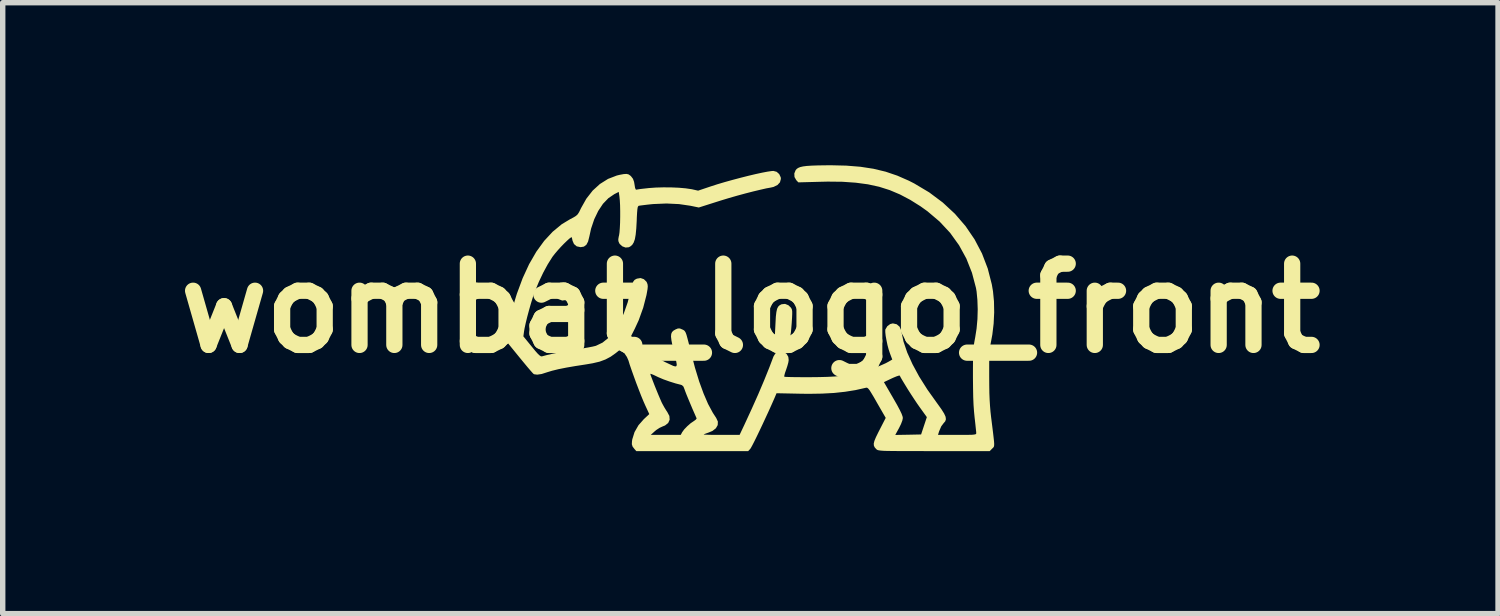
<source format=kicad_pcb>
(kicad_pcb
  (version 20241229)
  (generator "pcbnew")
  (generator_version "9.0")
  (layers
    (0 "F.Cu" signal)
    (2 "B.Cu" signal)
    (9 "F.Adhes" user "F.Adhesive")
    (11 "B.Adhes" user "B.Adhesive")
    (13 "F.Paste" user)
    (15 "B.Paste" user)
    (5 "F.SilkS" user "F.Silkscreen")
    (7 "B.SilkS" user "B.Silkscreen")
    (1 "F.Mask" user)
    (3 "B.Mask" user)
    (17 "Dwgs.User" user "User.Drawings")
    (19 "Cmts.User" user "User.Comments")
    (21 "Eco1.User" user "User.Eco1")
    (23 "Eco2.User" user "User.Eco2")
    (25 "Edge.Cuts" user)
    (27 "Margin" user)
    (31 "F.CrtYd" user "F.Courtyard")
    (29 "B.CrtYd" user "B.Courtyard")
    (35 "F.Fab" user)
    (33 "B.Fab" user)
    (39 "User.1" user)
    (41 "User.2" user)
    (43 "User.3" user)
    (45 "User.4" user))
  (footprint "wombat_logo_front"
    (layer "F.Cu")
    (at 10.8 2.638)
    (property "Reference" "wombat_logo_front" (at 0 0 0) (layer "F.SilkS") (effects (font (size 1.5 1.5) (thickness 0.3))))
    (attr board_only exclude_from_pos_files exclude_from_bom)
    (fp_poly (pts (xy -3.403 -0.47) (xy -3.365 -0.452) (xy -3.335 -0.421) (xy -3.296 -0.352) (xy -3.291 -0.283) (xy -3.32 -0.216) (xy -3.341 -0.192) (xy -3.404 -0.15) (xy -3.473 -0.141) (xy -3.542 -0.167) (xy -3.569 -0.186) (xy -3.605 -0.223) (xy -3.621 -0.262) (xy -3.624 -0.31) (xy -3.611 -0.388) (xy -3.573 -0.442) (xy -3.51 -0.47) (xy -3.459 -0.475)) (stroke (width 0) (type solid)) (fill yes) (layer "F.SilkS"))
    (fp_poly (pts (xy 0.702 -0.054) (xy 0.745 -0.013) (xy 0.759 0.008) (xy 0.768 0.031) (xy 0.772 0.062) (xy 0.772 0.109) (xy 0.769 0.178) (xy 0.763 0.274) (xy 0.755 0.371) (xy 0.749 0.439) (xy 0.742 0.485) (xy 0.732 0.515) (xy 0.719 0.536) (xy 0.7 0.554) (xy 0.697 0.556) (xy 0.634 0.592) (xy 0.569 0.594) (xy 0.508 0.562) (xy 0.498 0.552) (xy 0.452 0.506) (xy 0.464 0.268) (xy 0.47 0.154) (xy 0.48 0.071) (xy 0.493 0.012) (xy 0.513 -0.028) (xy 0.54 -0.054) (xy 0.575 -0.072) (xy 0.64 -0.079)) (stroke (width 0) (type solid)) (fill yes) (layer "F.SilkS"))
    (fp_poly (pts (xy 1.769 -2.631) (xy 2.031 -2.61) (xy 2.272 -2.573) (xy 2.497 -2.519) (xy 2.712 -2.446) (xy 2.924 -2.353) (xy 3.024 -2.302) (xy 3.301 -2.137) (xy 3.551 -1.95) (xy 3.775 -1.742) (xy 3.971 -1.515) (xy 4.138 -1.27) (xy 4.275 -1.009) (xy 4.381 -0.732) (xy 4.456 -0.44) (xy 4.478 -0.312) (xy 4.496 -0.127) (xy 4.5 0.076) (xy 4.49 0.285) (xy 4.466 0.486) (xy 4.447 0.589) (xy 4.435 0.651) (xy 4.425 0.709) (xy 4.418 0.767) (xy 4.413 0.831) (xy 4.41 0.909) (xy 4.408 1.004) (xy 4.408 1.124) (xy 4.408 1.258) (xy 4.409 1.426) (xy 4.411 1.568) (xy 4.416 1.69) (xy 4.423 1.802) (xy 4.432 1.912) (xy 4.445 2.027) (xy 4.448 2.049) (xy 4.466 2.194) (xy 4.48 2.307) (xy 4.49 2.394) (xy 4.497 2.458) (xy 4.5 2.504) (xy 4.499 2.534) (xy 4.495 2.554) (xy 4.487 2.568) (xy 4.477 2.579) (xy 4.463 2.592) (xy 4.462 2.593) (xy 4.417 2.639) (xy 3.39 2.639) (xy 3.174 2.638) (xy 2.991 2.638) (xy 2.837 2.638) (xy 2.711 2.637) (xy 2.608 2.636) (xy 2.527 2.635) (xy 2.464 2.633) (xy 2.418 2.63) (xy 2.384 2.626) (xy 2.361 2.622) (xy 2.345 2.617) (xy 2.334 2.61) (xy 2.325 2.603) (xy 2.296 2.571) (xy 2.28 2.539) (xy 2.277 2.5) (xy 2.289 2.45) (xy 2.317 2.382) (xy 2.361 2.292) (xy 2.382 2.251) (xy 2.498 2.025) (xy 2.335 1.742) (xy 2.278 1.642) (xy 2.234 1.569) (xy 2.203 1.519) (xy 2.179 1.488) (xy 2.161 1.472) (xy 2.145 1.467) (xy 2.128 1.47) (xy 1.941 1.512) (xy 1.748 1.543) (xy 1.544 1.565) (xy 1.322 1.577) (xy 1.076 1.581) (xy 0.923 1.579) (xy 0.483 1.57) (xy 0.441 1.669) (xy 0.391 1.782) (xy 0.337 1.902) (xy 0.28 2.025) (xy 0.223 2.148) (xy 0.168 2.264) (xy 0.117 2.37) (xy 0.072 2.461) (xy 0.035 2.533) (xy 0.009 2.58) (xy -0.003 2.598) (xy -0.041 2.639) (xy -1.073 2.639) (xy -2.105 2.639) (xy -2.14 2.599) (xy -2.174 2.555) (xy -2.188 2.511) (xy -2.185 2.454) (xy -2.18 2.422) (xy -2.138 2.287) (xy -2.065 2.16) (xy -1.967 2.049) (xy -1.866 1.955) (xy -1.942 1.791) (xy -1.975 1.716) (xy -2.016 1.617) (xy -2.061 1.501) (xy -2.108 1.378) (xy -2.153 1.254) (xy -2.168 1.212) (xy -1.847 1.212) (xy -1.841 1.236) (xy -1.823 1.284) (xy -1.797 1.352) (xy -1.766 1.432) (xy -1.732 1.516) (xy -1.698 1.599) (xy -1.666 1.674) (xy -1.64 1.734) (xy -1.626 1.762) (xy -1.591 1.826) (xy -1.553 1.888) (xy -1.534 1.916) (xy -1.495 1.99) (xy -1.49 2.059) (xy -1.517 2.119) (xy -1.575 2.165) (xy -1.622 2.184) (xy -1.676 2.209) (xy -1.736 2.248) (xy -1.765 2.272) (xy -1.838 2.338) (xy -1.562 2.339) (xy -1.285 2.339) (xy -1.26 2.291) (xy -1.222 2.238) (xy -1.165 2.179) (xy -1.1 2.122) (xy -1.042 2.083) (xy -1.007 2.057) (xy -0.992 2.036) (xy -0.993 2.032) (xy -1.028 1.952) (xy -1.068 1.861) (xy -1.108 1.766) (xy -1.146 1.675) (xy -1.179 1.595) (xy -1.203 1.533) (xy -1.215 1.499) (xy -1.235 1.448) (xy -1.262 1.422) (xy -1.283 1.414) (xy -1.38 1.389) (xy -1.492 1.354) (xy -1.604 1.314) (xy -1.701 1.273) (xy -1.728 1.26) (xy -1.784 1.233) (xy -1.826 1.216) (xy -1.846 1.211) (xy -1.847 1.212) (xy -2.168 1.212) (xy -2.194 1.139) (xy -2.228 1.04) (xy -2.25 0.967) (xy -2.279 0.901) (xy -2.322 0.837) (xy -2.334 0.824) (xy -2.397 0.759) (xy -2.487 0.831) (xy -2.579 0.896) (xy -2.675 0.947) (xy -2.783 0.987) (xy -2.911 1.017) (xy -3.04 1.039) (xy -3.228 1.068) (xy -3.397 1.097) (xy -3.542 1.126) (xy -3.66 1.155) (xy -3.746 1.181) (xy -3.746 1.181) (xy -3.852 1.215) (xy -3.934 1.227) (xy -3.99 1.22) (xy -4.005 1.211) (xy -4.024 1.191) (xy -4.062 1.148) (xy -4.115 1.086) (xy -4.178 1.01) (xy -4.249 0.924) (xy -4.271 0.897) (xy -4.507 0.607) (xy -4.496 0.504) (xy -4.48 0.392) (xy -4.453 0.256) (xy -4.417 0.104) (xy -4.373 -0.057) (xy -4.325 -0.218) (xy -4.309 -0.269) (xy -4.203 -0.554) (xy -4.084 -0.812) (xy -3.951 -1.042) (xy -3.806 -1.242) (xy -3.649 -1.411) (xy -3.482 -1.549) (xy -3.331 -1.64) (xy -3.263 -1.676) (xy -3.218 -1.704) (xy -3.187 -1.733) (xy -3.162 -1.772) (xy -3.134 -1.829) (xy -3.126 -1.846) (xy -3.028 -2.02) (xy -2.911 -2.17) (xy -2.777 -2.292) (xy -2.627 -2.386) (xy -2.466 -2.448) (xy -2.413 -2.461) (xy -2.337 -2.475) (xy -2.285 -2.478) (xy -2.248 -2.469) (xy -2.215 -2.446) (xy -2.2 -2.431) (xy -2.167 -2.388) (xy -2.147 -2.332) (xy -2.138 -2.28) (xy -2.128 -2.219) (xy -2.115 -2.19) (xy -2.103 -2.187) (xy -2.078 -2.192) (xy -2.025 -2.2) (xy -1.953 -2.208) (xy -1.873 -2.217) (xy -1.746 -2.226) (xy -1.606 -2.23) (xy -1.461 -2.229) (xy -1.321 -2.223) (xy -1.195 -2.212) (xy -1.093 -2.197) (xy -1.076 -2.194) (xy -0.965 -2.169) (xy -0.733 -2.247) (xy -0.609 -2.287) (xy -0.471 -2.328) (xy -0.327 -2.368) (xy -0.18 -2.407) (xy -0.038 -2.443) (xy 0.097 -2.475) (xy 0.217 -2.501) (xy 0.317 -2.52) (xy 0.393 -2.531) (xy 0.425 -2.533) (xy 0.485 -2.517) (xy 0.532 -2.475) (xy 0.56 -2.416) (xy 0.563 -2.386) (xy 0.546 -2.323) (xy 0.5 -2.273) (xy 0.428 -2.238) (xy 0.376 -2.226) (xy 0.293 -2.211) (xy 0.184 -2.186) (xy 0.054 -2.155) (xy -0.09 -2.118) (xy -0.241 -2.077) (xy -0.391 -2.034) (xy -0.536 -1.99) (xy -0.612 -1.966) (xy -0.952 -1.858) (xy -1.105 -1.89) (xy -1.317 -1.921) (xy -1.548 -1.932) (xy -1.787 -1.922) (xy -1.822 -1.919) (xy -1.906 -1.91) (xy -1.979 -1.901) (xy -2.034 -1.894) (xy -2.06 -1.89) (xy -2.071 -1.881) (xy -2.08 -1.861) (xy -2.086 -1.823) (xy -2.091 -1.763) (xy -2.096 -1.676) (xy -2.098 -1.613) (xy -2.106 -1.47) (xy -2.117 -1.358) (xy -2.132 -1.273) (xy -2.154 -1.211) (xy -2.182 -1.167) (xy -2.219 -1.137) (xy -2.246 -1.124) (xy -2.304 -1.119) (xy -2.363 -1.141) (xy -2.41 -1.183) (xy -2.421 -1.2) (xy -2.436 -1.237) (xy -2.438 -1.273) (xy -2.429 -1.325) (xy -2.424 -1.343) (xy -2.416 -1.396) (xy -2.41 -1.475) (xy -2.405 -1.574) (xy -2.403 -1.683) (xy -2.403 -1.794) (xy -2.405 -1.9) (xy -2.41 -1.991) (xy -2.417 -2.061) (xy -2.417 -2.062) (xy -2.43 -2.146) (xy -2.512 -2.104) (xy -2.621 -2.03) (xy -2.721 -1.926) (xy -2.808 -1.795) (xy -2.882 -1.641) (xy -2.94 -1.469) (xy -2.973 -1.319) (xy -2.996 -1.229) (xy -3.028 -1.169) (xy -3.073 -1.136) (xy -3.134 -1.126) (xy -3.205 -1.141) (xy -3.256 -1.184) (xy -3.282 -1.244) (xy -3.291 -1.285) (xy -3.296 -1.308) (xy -3.309 -1.307) (xy -3.341 -1.284) (xy -3.386 -1.243) (xy -3.44 -1.191) (xy -3.498 -1.131) (xy -3.555 -1.068) (xy -3.607 -1.007) (xy -3.649 -0.953) (xy -3.656 -0.943) (xy -3.74 -0.81) (xy -3.825 -0.653) (xy -3.905 -0.484) (xy -3.976 -0.312) (xy -3.983 -0.293) (xy -4.016 -0.198) (xy -4.051 -0.085) (xy -4.086 0.038) (xy -4.119 0.161) (xy -4.147 0.276) (xy -4.168 0.373) (xy -4.178 0.432) (xy -4.19 0.52) (xy -4.035 0.71) (xy -3.972 0.787) (xy -3.925 0.84) (xy -3.891 0.872) (xy -3.867 0.888) (xy -3.848 0.89) (xy -3.845 0.889) (xy -3.759 0.866) (xy -3.649 0.841) (xy -3.522 0.815) (xy -3.389 0.79) (xy -3.258 0.768) (xy -3.184 0.757) (xy -3.085 0.741) (xy -2.993 0.725) (xy -2.915 0.71) (xy -2.86 0.697) (xy -2.85 0.694) (xy -2.729 0.636) (xy -2.616 0.545) (xy -2.512 0.424) (xy -2.418 0.273) (xy -2.336 0.096) (xy -2.265 -0.106) (xy -2.214 -0.304) (xy -2.194 -0.394) (xy -2.176 -0.455) (xy -2.159 -0.495) (xy -2.138 -0.521) (xy -2.109 -0.538) (xy -2.094 -0.545) (xy -2.027 -0.556) (xy -1.966 -0.535) (xy -1.918 -0.488) (xy -1.907 -0.466) (xy -1.897 -0.435) (xy -1.894 -0.4) (xy -1.898 -0.353) (xy -1.91 -0.285) (xy -1.918 -0.241) (xy -1.978 -0.009) (xy -2.061 0.222) (xy -2.132 0.376) (xy -2.202 0.515) (xy -2.108 0.611) (xy -1.98 0.729) (xy -1.833 0.842) (xy -1.68 0.939) (xy -1.574 0.995) (xy -1.487 1.036) (xy -1.425 1.065) (xy -1.385 1.076) (xy -1.364 1.068) (xy -1.359 1.038) (xy -1.369 0.981) (xy -1.389 0.895) (xy -1.411 0.807) (xy -1.439 0.686) (xy -1.457 0.594) (xy -1.465 0.525) (xy -1.461 0.476) (xy -1.446 0.441) (xy -1.419 0.414) (xy -1.38 0.392) (xy -1.378 0.391) (xy -1.336 0.374) (xy -1.302 0.374) (xy -1.259 0.392) (xy -1.259 0.392) (xy -1.237 0.402) (xy -1.221 0.413) (xy -1.207 0.429) (xy -1.193 0.454) (xy -1.179 0.493) (xy -1.163 0.551) (xy -1.142 0.631) (xy -1.116 0.739) (xy -1.098 0.809) (xy -1.023 1.098) (xy -0.945 1.353) (xy -0.864 1.575) (xy -0.781 1.768) (xy -0.693 1.931) (xy -0.631 2.026) (xy -0.6 2.093) (xy -0.603 2.158) (xy -0.637 2.217) (xy -0.7 2.266) (xy -0.77 2.295) (xy -0.82 2.313) (xy -0.854 2.326) (xy -0.862 2.332) (xy -0.845 2.334) (xy -0.799 2.336) (xy -0.728 2.338) (xy -0.638 2.339) (xy -0.535 2.339) (xy -0.53 2.339) (xy -0.199 2.339) (xy -0.106 2.142) (xy 0.024 1.86) (xy 0.145 1.589) (xy 0.24 1.365) (xy 2.465 1.365) (xy 2.64 1.667) (xy 2.708 1.786) (xy 2.758 1.88) (xy 2.791 1.949) (xy 2.809 1.999) (xy 2.814 2.027) (xy 2.805 2.073) (xy 2.78 2.139) (xy 2.744 2.212) (xy 2.674 2.34) (xy 2.912 2.336) (xy 3.151 2.331) (xy 3.204 2.171) (xy 3.257 2.011) (xy 3.123 1.825) (xy 3.076 1.758) (xy 3.022 1.677) (xy 2.965 1.59) (xy 2.908 1.501) (xy 2.856 1.416) (xy 2.811 1.342) (xy 2.777 1.284) (xy 2.759 1.249) (xy 2.757 1.245) (xy 2.74 1.245) (xy 2.699 1.258) (xy 2.641 1.282) (xy 2.608 1.297) (xy 2.465 1.365) (xy 0.24 1.365) (xy 0.254 1.332) (xy 0.349 1.096) (xy 0.427 0.891) (xy 0.462 0.834) (xy 0.512 0.802) (xy 0.568 0.795) (xy 0.623 0.81) (xy 0.669 0.845) (xy 0.7 0.899) (xy 0.707 0.958) (xy 0.7 1.004) (xy 0.682 1.069) (xy 0.66 1.135) (xy 0.639 1.195) (xy 0.627 1.241) (xy 0.625 1.264) (xy 0.626 1.265) (xy 0.645 1.268) (xy 0.696 1.27) (xy 0.771 1.272) (xy 0.868 1.273) (xy 0.98 1.274) (xy 1.088 1.274) (xy 1.269 1.272) (xy 1.423 1.268) (xy 1.556 1.261) (xy 1.676 1.249) (xy 1.789 1.233) (xy 1.904 1.211) (xy 2.027 1.183) (xy 2.05 1.177) (xy 2.162 1.146) (xy 2.282 1.106) (xy 2.397 1.061) (xy 2.496 1.017) (xy 2.554 0.986) (xy 2.619 0.948) (xy 2.576 0.834) (xy 2.552 0.762) (xy 2.53 0.679) (xy 2.512 0.592) (xy 2.497 0.51) (xy 2.49 0.443) (xy 2.49 0.399) (xy 2.492 0.392) (xy 2.528 0.332) (xy 2.581 0.293) (xy 2.63 0.281) (xy 2.701 0.297) (xy 2.753 0.341) (xy 2.784 0.411) (xy 2.788 0.436) (xy 2.827 0.619) (xy 2.895 0.819) (xy 2.992 1.034) (xy 3.116 1.263) (xy 3.268 1.504) (xy 3.447 1.755) (xy 3.458 1.77) (xy 3.528 1.868) (xy 3.576 1.945) (xy 3.603 2.004) (xy 3.609 2.051) (xy 3.596 2.089) (xy 3.568 2.121) (xy 3.523 2.181) (xy 3.483 2.274) (xy 3.475 2.3) (xy 3.463 2.339) (xy 3.816 2.339) (xy 3.936 2.339) (xy 4.025 2.338) (xy 4.088 2.337) (xy 4.129 2.333) (xy 4.154 2.328) (xy 4.165 2.321) (xy 4.169 2.31) (xy 4.169 2.307) (xy 4.167 2.278) (xy 4.161 2.221) (xy 4.153 2.145) (xy 4.143 2.055) (xy 4.139 2.021) (xy 4.128 1.909) (xy 4.119 1.786) (xy 4.113 1.643) (xy 4.11 1.478) (xy 4.108 1.283) (xy 4.108 1.258) (xy 4.108 1.107) (xy 4.109 0.986) (xy 4.11 0.888) (xy 4.113 0.81) (xy 4.118 0.744) (xy 4.124 0.685) (xy 4.133 0.628) (xy 4.144 0.568) (xy 4.15 0.536) (xy 4.175 0.377) (xy 4.191 0.201) (xy 4.196 0.021) (xy 4.19 -0.153) (xy 4.175 -0.309) (xy 4.164 -0.373) (xy 4.09 -0.653) (xy 3.986 -0.916) (xy 3.851 -1.162) (xy 3.687 -1.39) (xy 3.492 -1.599) (xy 3.269 -1.788) (xy 3.139 -1.881) (xy 2.949 -2) (xy 2.761 -2.099) (xy 2.572 -2.179) (xy 2.376 -2.241) (xy 2.169 -2.286) (xy 1.944 -2.316) (xy 1.699 -2.333) (xy 1.427 -2.336) (xy 1.3 -2.333) (xy 0.885 -2.322) (xy 0.847 -2.363) (xy 0.814 -2.421) (xy 0.811 -2.487) (xy 0.836 -2.548) (xy 0.854 -2.569) (xy 0.881 -2.588) (xy 0.919 -2.604) (xy 0.971 -2.616) (xy 1.041 -2.625) (xy 1.133 -2.631) (xy 1.25 -2.635) (xy 1.398 -2.637) (xy 1.481 -2.638)) (stroke (width 0) (type solid)) (fill yes) (layer "F.SilkS")))
  (gr_rect
    (start -3 -3)
    (end 24.6 8.276)
    (stroke (width 0.1) (type default))
    (fill no)
    (layer "Edge.Cuts")))
</source>
